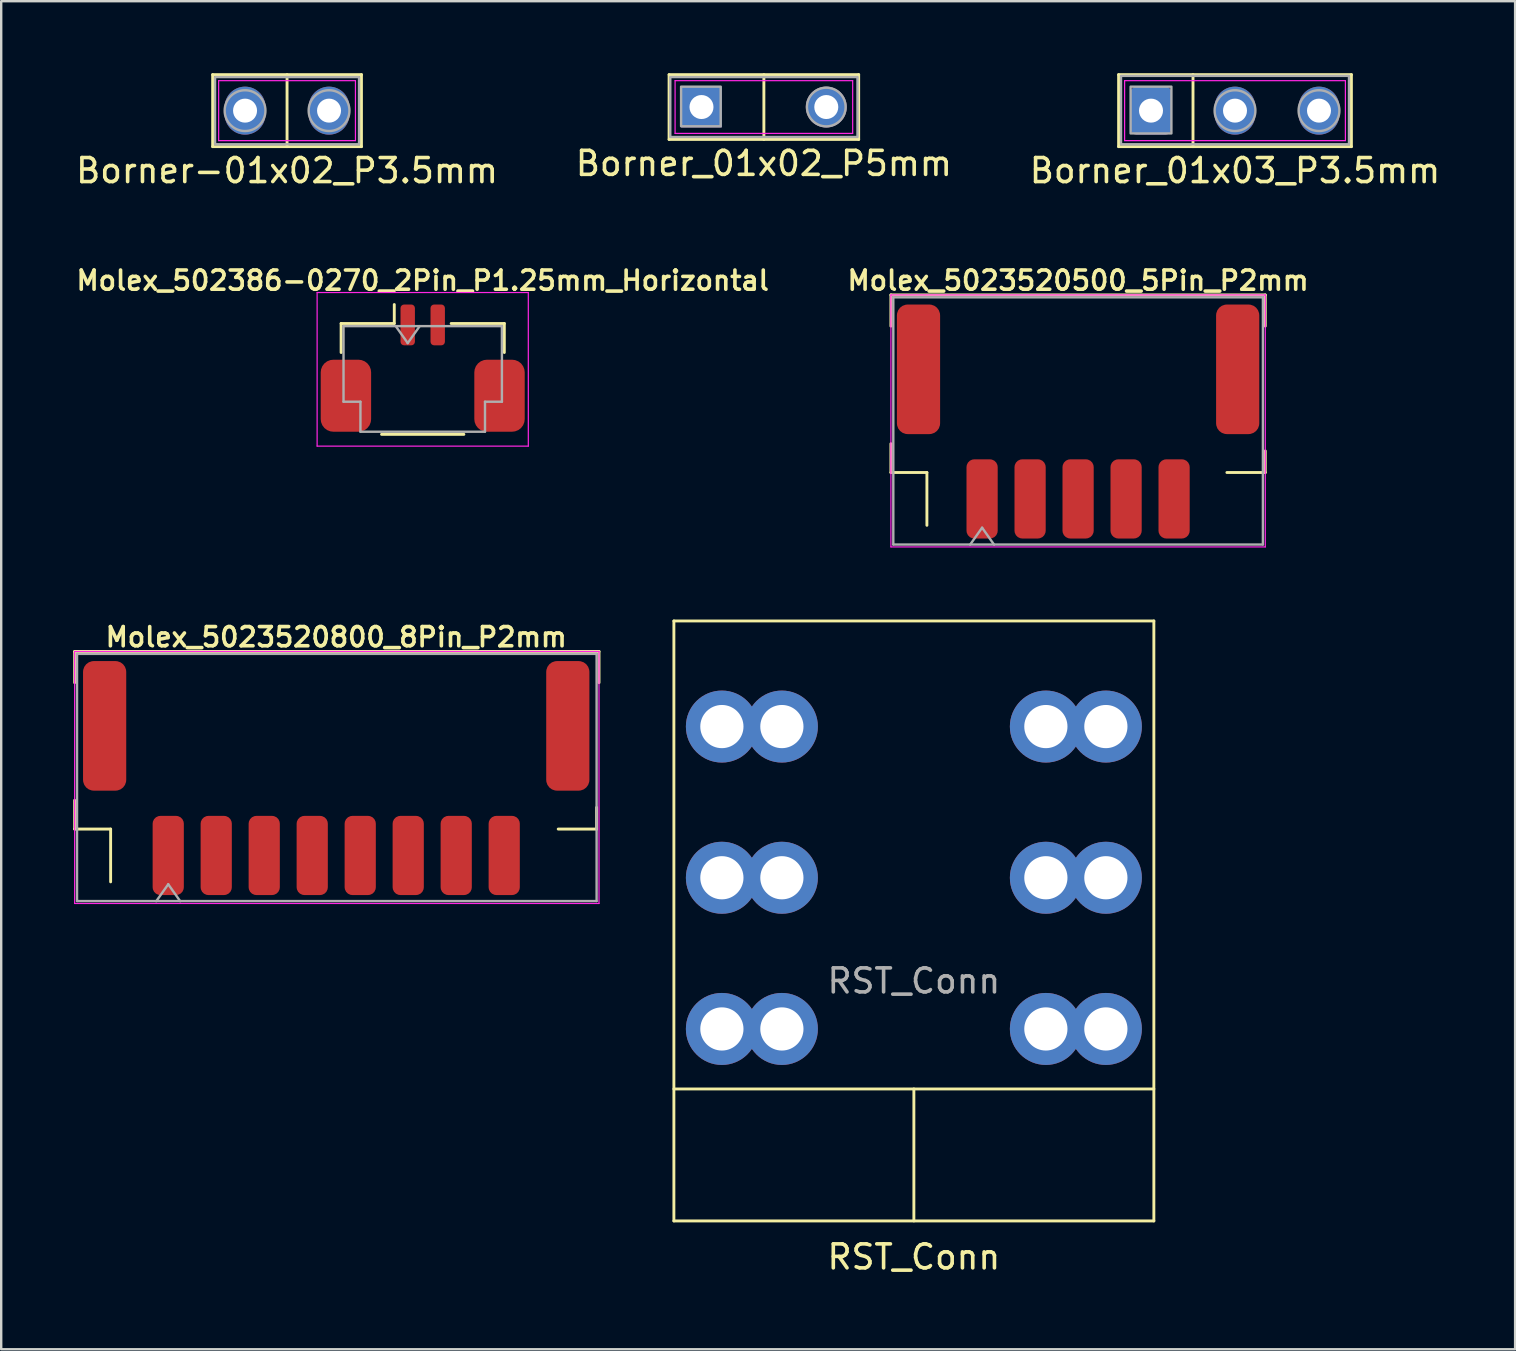
<source format=kicad_pcb>
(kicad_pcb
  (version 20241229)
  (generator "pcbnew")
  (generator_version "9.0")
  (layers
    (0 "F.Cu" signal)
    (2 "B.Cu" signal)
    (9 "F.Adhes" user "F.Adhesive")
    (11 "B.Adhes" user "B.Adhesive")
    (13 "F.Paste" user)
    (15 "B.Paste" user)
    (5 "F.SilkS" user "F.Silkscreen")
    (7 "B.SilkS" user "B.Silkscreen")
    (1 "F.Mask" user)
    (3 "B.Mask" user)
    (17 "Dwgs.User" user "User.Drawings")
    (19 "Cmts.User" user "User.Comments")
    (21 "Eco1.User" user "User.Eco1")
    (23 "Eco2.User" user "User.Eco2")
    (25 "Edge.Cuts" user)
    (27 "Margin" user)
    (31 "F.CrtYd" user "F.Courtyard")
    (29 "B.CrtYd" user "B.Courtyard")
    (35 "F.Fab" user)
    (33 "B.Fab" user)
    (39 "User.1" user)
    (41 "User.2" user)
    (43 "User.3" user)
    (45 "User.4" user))
  (footprint "Borner_01x03_P3.5mm"
    (layer "F.Cu")
    (at 48.411 1.56)
    (property "Reference" "Borner_01x03_P3.5mm" (at 0 2.5 0) (layer "F.SilkS") (effects (font (size 1 1) (thickness 0.15))))
    (attr through_hole)
    (fp_line (start -4.85 -1.5) (end 4.85 -1.5) (stroke (width 0.12) (type default)) (layer "F.SilkS"))
    (fp_line (start -4.85 1.5) (end -4.85 -1.5) (stroke (width 0.12) (type default)) (layer "F.SilkS"))
    (fp_line (start -1.75 -1.5) (end -1.75 1.5) (stroke (width 0.12) (type default)) (layer "F.SilkS"))
    (fp_line (start 4.85 -1.5) (end 4.85 1.5) (stroke (width 0.12) (type default)) (layer "F.SilkS"))
    (fp_line (start 4.85 1.5) (end -4.85 1.5) (stroke (width 0.12) (type default)) (layer "F.SilkS"))
    (fp_line (start -4.6 -1.25) (end 4.6 -1.25) (stroke (width 0.05) (type default)) (layer "F.CrtYd"))
    (fp_line (start -4.6 1.25) (end -4.6 -1.25) (stroke (width 0.05) (type default)) (layer "F.CrtYd"))
    (fp_line (start 4.6 -1.25) (end 4.6 1.25) (stroke (width 0.05) (type default)) (layer "F.CrtYd"))
    (fp_line (start 4.6 1.25) (end -4.6 1.25) (stroke (width 0.05) (type default)) (layer "F.CrtYd"))
    (fp_rect (start -4.75 -1.45) (end 4.75 1.4) (stroke (width 0.1) (type default)) (fill no) (layer "F.Fab"))
    (fp_rect (start -4.35 -1) (end -2.65 0.95) (stroke (width 0.1) (type default)) (fill no) (layer "F.Fab"))
    (fp_circle (center 0 0) (end 0 -0.85) (stroke (width 0.1) (type default)) (fill no) (layer "F.Fab"))
    (fp_circle (center 3.5 0) (end 3.5 -0.85) (stroke (width 0.1) (type default)) (fill no) (layer "F.Fab"))
    (pad "1" thru_hole roundrect (at -3.5 0) (size 1.7 2) (drill 1) (layers "*.Cu" "*.Mask") (roundrect_rratio 0.147))
    (pad "2" thru_hole oval (at 0 0) (size 1.7 2) (drill 1) (layers "*.Cu" "*.Mask"))
    (pad "3" thru_hole oval (at 3.5 0) (size 1.7 2) (drill 1) (layers "*.Cu" "*.Mask")))
  (footprint "Borner_01x02_P5mm"
    (layer "F.Cu")
    (at 28.78 1.41)
    (property "Reference" "Borner_01x02_P5mm" (at 0 2.35 0) (layer "F.SilkS") (effects (font (size 1 1) (thickness 0.15))))
    (attr through_hole)
    (fp_line (start -3.95 -1.35) (end 3.95 -1.35) (stroke (width 0.12) (type default)) (layer "F.SilkS"))
    (fp_line (start -3.95 1.35) (end -3.95 -1.35) (stroke (width 0.12) (type default)) (layer "F.SilkS"))
    (fp_line (start 0 -1.35) (end 0 1.35) (stroke (width 0.12) (type default)) (layer "F.SilkS"))
    (fp_line (start 3.95 -1.35) (end 3.95 1.35) (stroke (width 0.12) (type default)) (layer "F.SilkS"))
    (fp_line (start 3.95 1.35) (end -3.95 1.35) (stroke (width 0.12) (type default)) (layer "F.SilkS"))
    (fp_line (start -3.7 -1.1) (end 3.7 -1.1) (stroke (width 0.05) (type default)) (layer "F.CrtYd"))
    (fp_line (start -3.7 1.1) (end -3.7 -1.1) (stroke (width 0.05) (type default)) (layer "F.CrtYd"))
    (fp_line (start 3.7 -1.1) (end 3.7 1.1) (stroke (width 0.05) (type default)) (layer "F.CrtYd"))
    (fp_line (start 3.7 1.1) (end -3.7 1.1) (stroke (width 0.05) (type default)) (layer "F.CrtYd"))
    (fp_rect (start -3.9 -1.25) (end 3.9 1.25) (stroke (width 0.1) (type default)) (fill no) (layer "F.Fab"))
    (fp_rect (start -3.45 -0.85) (end -1.8 0.8) (stroke (width 0.1) (type default)) (fill no) (layer "F.Fab"))
    (fp_circle (center 2.6 0) (end 2.7 -0.8) (stroke (width 0.1) (type default)) (fill no) (layer "F.Fab"))
    (pad "1" thru_hole rect (at -2.6 0) (size 1.7 1.7) (drill 1) (layers "*.Cu" "*.Mask"))
    (pad "2" thru_hole circle (at 2.6 0) (size 1.7 1.7) (drill 1) (layers "*.Cu" "*.Mask")))
  (footprint "RST_Conn"
    (layer "F.Cu")
    (at 35.03 35.325)
    (property "Reference" "RST_Conn" (at 0 14 0) (unlocked yes) (layer "F.SilkS") (effects (font (size 1 1) (thickness 0.15))))
    (attr smd)
    (fp_line (start -10 -12.5) (end 10 -12.5) (stroke (width 0.12) (type default)) (layer "F.SilkS"))
    (fp_line (start -10 7) (end 10 7) (stroke (width 0.12) (type default)) (layer "F.SilkS"))
    (fp_line (start -10 12.5) (end -10 -12.5) (stroke (width 0.12) (type default)) (layer "F.SilkS"))
    (fp_line (start -10 12.5) (end 10 12.5) (stroke (width 0.12) (type default)) (layer "F.SilkS"))
    (fp_line (start 0 12.5) (end 0 7) (stroke (width 0.12) (type default)) (layer "F.SilkS"))
    (fp_line (start 10 -12.5) (end 10 12.5) (stroke (width 0.12) (type default)) (layer "F.SilkS"))
    (fp_text user "${REFERENCE}" (at 0 2.5 0) (unlocked yes) (layer "F.Fab") (effects (font (size 1 1) (thickness 0.15))))
    (pad "R1" thru_hole circle (at 5.5 -1.8) (size 3 3) (drill 1.8) (layers "*.Cu" "*.Mask"))
    (pad "R1" thru_hole circle (at 8 -1.8) (size 3 3) (drill 1.8) (layers "*.Cu" "*.Mask"))
    (pad "RN1" thru_hole circle (at -8 -1.8) (size 3 3) (drill 1.8) (layers "*.Cu" "*.Mask"))
    (pad "RN1" thru_hole circle (at -5.5 -1.8) (size 3 3) (drill 1.8) (layers "*.Cu" "*.Mask"))
    (pad "S1" thru_hole circle (at 5.5 -8.1) (size 3 3) (drill 1.8) (layers "*.Cu" "*.Mask"))
    (pad "S1" thru_hole circle (at 8 -8.1) (size 3 3) (drill 1.8) (layers "*.Cu" "*.Mask"))
    (pad "SN1" thru_hole circle (at -8 -8.1) (size 3 3) (drill 1.8) (layers "*.Cu" "*.Mask"))
    (pad "SN1" thru_hole circle (at -5.5 -8.1) (size 3 3) (drill 1.8) (layers "*.Cu" "*.Mask"))
    (pad "T1" thru_hole circle (at 5.5 4.5) (size 3 3) (drill 1.8) (layers "*.Cu" "*.Mask"))
    (pad "T1" thru_hole circle (at 8 4.5) (size 3 3) (drill 1.8) (layers "*.Cu" "*.Mask"))
    (pad "TN1" thru_hole circle (at -8 4.5) (size 3 3) (drill 1.8) (layers "*.Cu" "*.Mask"))
    (pad "TN1" thru_hole circle (at -5.5 4.5 90) (size 3 3) (drill 1.8) (layers "*.Cu" "*.Mask")))
  (footprint "Molex_502386-0270_2Pin_P1.25mm_Horizontal"
    (layer "F.Cu")
    (at 14.564 12.339)
    (property "Reference" "Molex_502386-0270_2Pin_P1.25mm_Horizontal" (at 0 -3.7 0) (layer "F.SilkS") (effects (font (size 0.8 0.8) (thickness 0.15) (bold yes))))
    (attr smd)
    (fp_line (start -3.4 -1.91) (end -1.185 -1.91) (stroke (width 0.12) (type solid)) (layer "F.SilkS"))
    (fp_line (start -3.4 -0.7) (end -3.4 -1.91) (stroke (width 0.12) (type solid)) (layer "F.SilkS"))
    (fp_line (start -1.715 2.71) (end 1.715 2.71) (stroke (width 0.12) (type solid)) (layer "F.SilkS"))
    (fp_line (start -1.185 -1.91) (end -1.185 -2.7) (stroke (width 0.12) (type solid)) (layer "F.SilkS"))
    (fp_line (start 3.4 -1.91) (end 1.185 -1.91) (stroke (width 0.12) (type solid)) (layer "F.SilkS"))
    (fp_line (start 3.4 -0.7) (end 3.4 -1.91) (stroke (width 0.12) (type solid)) (layer "F.SilkS"))
    (fp_line (start -4.4 -3.2) (end -4.4 3.2) (stroke (width 0.05) (type solid)) (layer "F.CrtYd"))
    (fp_line (start -4.4 3.2) (end 4.4 3.2) (stroke (width 0.05) (type solid)) (layer "F.CrtYd"))
    (fp_line (start 4.4 -3.2) (end -4.4 -3.2) (stroke (width 0.05) (type solid)) (layer "F.CrtYd"))
    (fp_line (start 4.4 3.2) (end 4.4 -3.2) (stroke (width 0.05) (type solid)) (layer "F.CrtYd"))
    (fp_line (start -3.3 -1.8) (end -3.3 1.35) (stroke (width 0.1) (type solid)) (layer "F.Fab"))
    (fp_line (start -3.3 -1.8) (end 3.3 -1.8) (stroke (width 0.1) (type solid)) (layer "F.Fab"))
    (fp_line (start -3.3 1.35) (end -2.595 1.35) (stroke (width 0.1) (type solid)) (layer "F.Fab"))
    (fp_line (start -2.595 1.35) (end -2.595 2.6) (stroke (width 0.1) (type solid)) (layer "F.Fab"))
    (fp_line (start -2.595 2.6) (end 2.595 2.6) (stroke (width 0.1) (type solid)) (layer "F.Fab"))
    (fp_line (start -1.125 -1.8) (end -0.625 -1.093) (stroke (width 0.1) (type solid)) (layer "F.Fab"))
    (fp_line (start -0.625 -1.093) (end -0.125 -1.8) (stroke (width 0.1) (type solid)) (layer "F.Fab"))
    (fp_line (start 2.595 1.35) (end 3.3 1.35) (stroke (width 0.1) (type solid)) (layer "F.Fab"))
    (fp_line (start 2.595 2.6) (end 2.595 1.35) (stroke (width 0.1) (type solid)) (layer "F.Fab"))
    (fp_line (start 3.3 -1.8) (end 3.3 1.35) (stroke (width 0.1) (type solid)) (layer "F.Fab"))
    (pad "1" smd roundrect (at -0.625 -1.85) (size 0.6 1.7) (layers "F.Cu" "F.Mask" "F.Paste") (roundrect_rratio 0.25))
    (pad "2" smd roundrect (at 0.625 -1.85) (size 0.6 1.7) (layers "F.Cu" "F.Mask" "F.Paste") (roundrect_rratio 0.25))
    (pad "MP" smd roundrect (at -3.2 1.1) (size 2.1 3) (layers "F.Cu" "F.Mask" "F.Paste") (roundrect_rratio 0.25))
    (pad "MP" smd roundrect (at 3.2 1.1) (size 2.1 3) (layers "F.Cu" "F.Mask" "F.Paste") (roundrect_rratio 0.25)))
  (footprint "Borner-01x02_P3.5mm"
    (layer "F.Cu")
    (at 8.911 1.56)
    (property "Reference" "Borner-01x02_P3.5mm" (at 0 2.5 0) (layer "F.SilkS") (effects (font (size 1 1) (thickness 0.15))))
    (attr through_hole)
    (fp_line (start -3.1 -1.5) (end 3.1 -1.5) (stroke (width 0.12) (type default)) (layer "F.SilkS"))
    (fp_line (start -3.1 1.5) (end -3.1 -1.5) (stroke (width 0.12) (type default)) (layer "F.SilkS"))
    (fp_line (start 0 -1.5) (end 0 1.5) (stroke (width 0.12) (type default)) (layer "F.SilkS"))
    (fp_line (start 3.1 -1.5) (end 3.1 1.5) (stroke (width 0.12) (type default)) (layer "F.SilkS"))
    (fp_line (start 3.1 1.5) (end -3.1 1.5) (stroke (width 0.12) (type default)) (layer "F.SilkS"))
    (fp_line (start -2.85 -1.25) (end 2.85 -1.25) (stroke (width 0.05) (type default)) (layer "F.CrtYd"))
    (fp_line (start -2.85 1.25) (end -2.85 -1.25) (stroke (width 0.05) (type default)) (layer "F.CrtYd"))
    (fp_line (start 2.85 -1.25) (end 2.85 1.25) (stroke (width 0.05) (type default)) (layer "F.CrtYd"))
    (fp_line (start 2.85 1.25) (end -2.85 1.25) (stroke (width 0.05) (type default)) (layer "F.CrtYd"))
    (fp_rect (start -3 -1.4) (end 3 1.4) (stroke (width 0.1) (type default)) (fill no) (layer "F.Fab"))
    (fp_circle (center -1.75 0) (end -1.35 -0.75) (stroke (width 0.1) (type default)) (fill no) (layer "F.Fab"))
    (fp_circle (center 1.75 0) (end 2.15 -0.75) (stroke (width 0.1) (type default)) (fill no) (layer "F.Fab"))
    (pad "1" thru_hole oval (at -1.75 0) (size 1.7 2) (drill 1) (layers "*.Cu" "*.Mask"))
    (pad "2" thru_hole oval (at 1.75 0) (size 1.7 2) (drill 1) (layers "*.Cu" "*.Mask")))
  (footprint "Molex_5023520800_8Pin_P2mm"
    (layer "F.Cu")
    (at 10.96 32.596)
    (property "Reference" "Molex_5023520800_8Pin_P2mm" (at 0 -9.1 0) (layer "F.SilkS") (effects (font (size 0.8 0.8) (thickness 0.15))))
    (attr smd)
    (fp_line (start -10.9 -8.5) (end 10.95 -8.5) (stroke (width 0.12) (type solid)) (layer "F.SilkS"))
    (fp_line (start -10.9 -7.2) (end -10.9 -8.5) (stroke (width 0.12) (type solid)) (layer "F.SilkS"))
    (fp_line (start -10.9 -2.3) (end -10.9 -1.1) (stroke (width 0.12) (type solid)) (layer "F.SilkS"))
    (fp_line (start -10.9 -1.1) (end -9.4 -1.1) (stroke (width 0.12) (type solid)) (layer "F.SilkS"))
    (fp_line (start -9.4 -1.1) (end -9.4 1.1) (stroke (width 0.12) (type solid)) (layer "F.SilkS"))
    (fp_line (start 10.85 -2) (end 10.85 -1.1) (stroke (width 0.12) (type solid)) (layer "F.SilkS"))
    (fp_line (start 10.85 -1.1) (end 9.25 -1.1) (stroke (width 0.12) (type solid)) (layer "F.SilkS"))
    (fp_line (start 10.95 -8.5) (end 10.95 -7.2) (stroke (width 0.12) (type solid)) (layer "F.SilkS"))
    (fp_line (start -10.9 -8.5) (end -10.9 2) (stroke (width 0.05) (type solid)) (layer "F.CrtYd"))
    (fp_line (start -10.9 2) (end 10.95 2) (stroke (width 0.05) (type solid)) (layer "F.CrtYd"))
    (fp_line (start 10.95 -8.5) (end -10.9 -8.5) (stroke (width 0.05) (type solid)) (layer "F.CrtYd"))
    (fp_line (start 10.95 2) (end 10.95 -8.5) (stroke (width 0.05) (type solid)) (layer "F.CrtYd"))
    (fp_line (start -10.8 -8.4) (end 10.85 -8.4) (stroke (width 0.1) (type solid)) (layer "F.Fab"))
    (fp_line (start -10.8 1.9) (end -10.8 -8.4) (stroke (width 0.1) (type solid)) (layer "F.Fab"))
    (fp_line (start -10.8 1.9) (end 10.85 1.9) (stroke (width 0.1) (type solid)) (layer "F.Fab"))
    (fp_line (start -7.5 1.907) (end -7 1.2) (stroke (width 0.1) (type solid)) (layer "F.Fab"))
    (fp_line (start -7 1.2) (end -6.5 1.907) (stroke (width 0.1) (type solid)) (layer "F.Fab"))
    (fp_line (start 10.85 1.9) (end 10.85 -8.4) (stroke (width 0.1) (type solid)) (layer "F.Fab"))
    (pad "1" smd roundrect (at -7 0) (size 1.3 3.3) (layers "F.Cu" "F.Mask" "F.Paste") (roundrect_rratio 0.25))
    (pad "2" smd roundrect (at -5 0) (size 1.3 3.3) (layers "F.Cu" "F.Mask" "F.Paste") (roundrect_rratio 0.25))
    (pad "3" smd roundrect (at -3 0) (size 1.3 3.3) (layers "F.Cu" "F.Mask" "F.Paste") (roundrect_rratio 0.25))
    (pad "4" smd roundrect (at -1 0) (size 1.3 3.3) (layers "F.Cu" "F.Mask" "F.Paste") (roundrect_rratio 0.25))
    (pad "5" smd roundrect (at 1 0) (size 1.3 3.3) (layers "F.Cu" "F.Mask" "F.Paste") (roundrect_rratio 0.25))
    (pad "6" smd roundrect (at 3 0) (size 1.3 3.3) (layers "F.Cu" "F.Mask" "F.Paste") (roundrect_rratio 0.25))
    (pad "7" smd roundrect (at 5 0) (size 1.3 3.3) (layers "F.Cu" "F.Mask" "F.Paste") (roundrect_rratio 0.25))
    (pad "8" smd roundrect (at 7 0) (size 1.3 3.3) (layers "F.Cu" "F.Mask" "F.Paste") (roundrect_rratio 0.25))
    (pad "MP" smd roundrect (at -9.65 -5.4) (size 1.8 5.4) (layers "F.Cu" "F.Mask" "F.Paste") (roundrect_rratio 0.25))
    (pad "MP" smd roundrect (at 9.65 -5.4) (size 1.8 5.4) (layers "F.Cu" "F.Mask" "F.Paste") (roundrect_rratio 0.25)))
  (footprint "Molex_5023520500_5Pin_P2mm"
    (layer "F.Cu")
    (at 41.873 17.739)
    (property "Reference" "Molex_5023520500_5Pin_P2mm" (at 0 -9.1 0) (layer "F.SilkS") (effects (font (size 0.8 0.8) (thickness 0.15))))
    (attr smd)
    (fp_line (start -7.8 -8.5) (end 7.8 -8.5) (stroke (width 0.12) (type solid)) (layer "F.SilkS"))
    (fp_line (start -7.8 -7.2) (end -7.8 -8.5) (stroke (width 0.12) (type solid)) (layer "F.SilkS"))
    (fp_line (start -7.8 -2.3) (end -7.8 -1.1) (stroke (width 0.12) (type solid)) (layer "F.SilkS"))
    (fp_line (start -7.8 -1.1) (end -6.3 -1.1) (stroke (width 0.12) (type solid)) (layer "F.SilkS"))
    (fp_line (start -6.3 -1.1) (end -6.3 1.1) (stroke (width 0.12) (type solid)) (layer "F.SilkS"))
    (fp_line (start 7.8 -8.5) (end 7.8 -7.2) (stroke (width 0.12) (type solid)) (layer "F.SilkS"))
    (fp_line (start 7.8 -2) (end 7.8 -1.1) (stroke (width 0.12) (type solid)) (layer "F.SilkS"))
    (fp_line (start 7.8 -1.1) (end 6.2 -1.1) (stroke (width 0.12) (type solid)) (layer "F.SilkS"))
    (fp_line (start -7.8 -8.5) (end -7.8 2) (stroke (width 0.05) (type solid)) (layer "F.CrtYd"))
    (fp_line (start -7.8 2) (end 7.8 2) (stroke (width 0.05) (type solid)) (layer "F.CrtYd"))
    (fp_line (start 7.8 -8.5) (end -7.8 -8.5) (stroke (width 0.05) (type solid)) (layer "F.CrtYd"))
    (fp_line (start 7.8 2) (end 7.8 -8.5) (stroke (width 0.05) (type solid)) (layer "F.CrtYd"))
    (fp_line (start -7.7 -8.4) (end 7.7 -8.4) (stroke (width 0.1) (type solid)) (layer "F.Fab"))
    (fp_line (start -7.7 1.9) (end -7.7 -8.4) (stroke (width 0.1) (type solid)) (layer "F.Fab"))
    (fp_line (start -7.7 1.9) (end 7.7 1.9) (stroke (width 0.1) (type solid)) (layer "F.Fab"))
    (fp_line (start -4.5 1.907) (end -4 1.2) (stroke (width 0.1) (type solid)) (layer "F.Fab"))
    (fp_line (start -4 1.2) (end -3.5 1.907) (stroke (width 0.1) (type solid)) (layer "F.Fab"))
    (fp_line (start 7.7 1.9) (end 7.7 -8.4) (stroke (width 0.1) (type solid)) (layer "F.Fab"))
    (pad "1" smd roundrect (at -4 0) (size 1.3 3.3) (layers "F.Cu" "F.Mask" "F.Paste") (roundrect_rratio 0.25))
    (pad "2" smd roundrect (at -2 0) (size 1.3 3.3) (layers "F.Cu" "F.Mask" "F.Paste") (roundrect_rratio 0.25))
    (pad "3" smd roundrect (at 0 0) (size 1.3 3.3) (layers "F.Cu" "F.Mask" "F.Paste") (roundrect_rratio 0.25))
    (pad "4" smd roundrect (at 2 0) (size 1.3 3.3) (layers "F.Cu" "F.Mask" "F.Paste") (roundrect_rratio 0.25))
    (pad "5" smd roundrect (at 4 0) (size 1.3 3.3) (layers "F.Cu" "F.Mask" "F.Paste") (roundrect_rratio 0.25))
    (pad "MP" smd roundrect (at -6.65 -5.4) (size 1.8 5.4) (layers "F.Cu" "F.Mask" "F.Paste") (roundrect_rratio 0.25))
    (pad "MP" smd roundrect (at 6.65 -5.4) (size 1.8 5.4) (layers "F.Cu" "F.Mask" "F.Paste") (roundrect_rratio 0.25)))
  (gr_rect
    (start -3 -3)
    (end 60.083 53.173)
    (stroke (width 0.1) (type default))
    (fill no)
    (layer "Edge.Cuts")))
</source>
